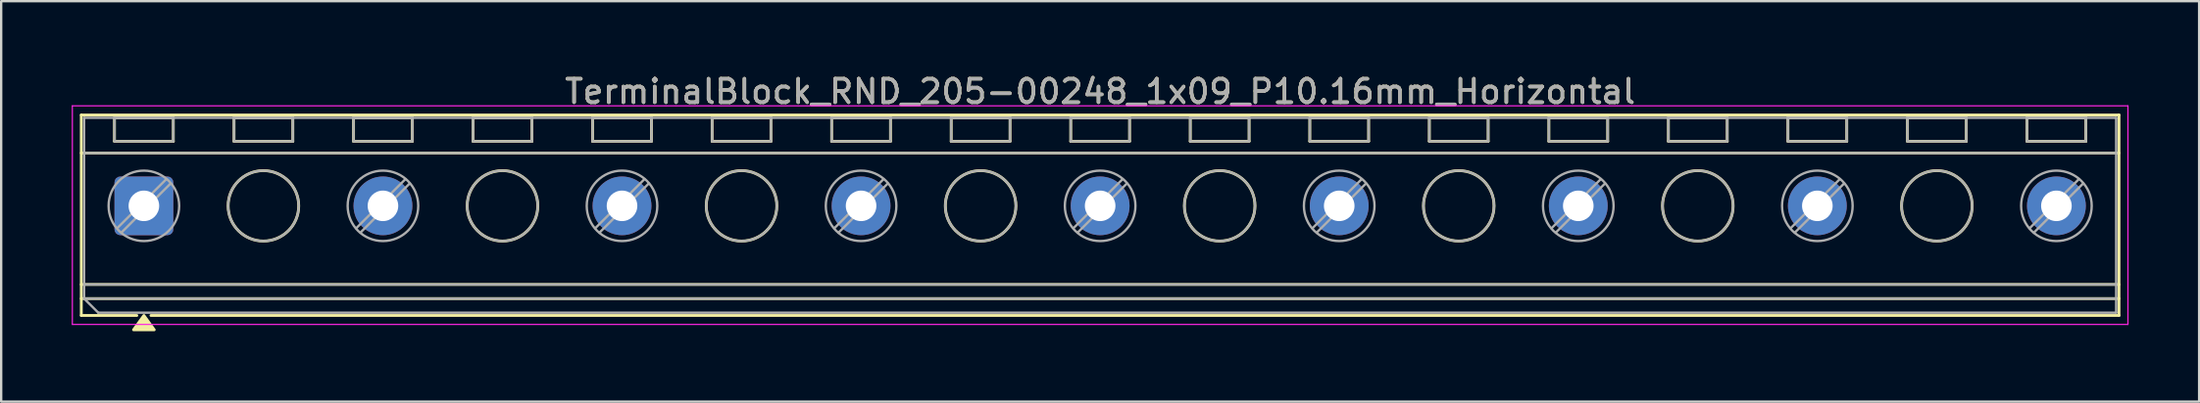
<source format=kicad_pcb>
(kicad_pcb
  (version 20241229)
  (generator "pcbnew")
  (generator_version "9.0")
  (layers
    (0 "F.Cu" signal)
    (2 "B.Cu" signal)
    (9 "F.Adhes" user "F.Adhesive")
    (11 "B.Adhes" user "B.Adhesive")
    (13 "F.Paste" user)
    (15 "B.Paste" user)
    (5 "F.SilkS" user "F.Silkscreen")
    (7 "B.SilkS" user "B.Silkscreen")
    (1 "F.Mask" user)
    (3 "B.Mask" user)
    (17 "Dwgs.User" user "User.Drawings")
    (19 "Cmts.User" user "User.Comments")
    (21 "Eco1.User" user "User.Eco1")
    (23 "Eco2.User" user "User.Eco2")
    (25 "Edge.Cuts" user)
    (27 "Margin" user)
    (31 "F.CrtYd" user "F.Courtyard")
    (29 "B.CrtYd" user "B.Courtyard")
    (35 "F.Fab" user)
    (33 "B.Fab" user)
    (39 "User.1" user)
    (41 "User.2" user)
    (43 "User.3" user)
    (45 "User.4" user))
  (footprint "TerminalBlock_RND_205-00248_1x09_P10.16mm_Horizontal"
    (layer "F.Cu")
    (at 3.065 5.718)
    (property "Reference" "TerminalBlock_RND_205-00248_1x09_P10.16mm_Horizontal" (at 40.64 -4.87 0) (layer "F.SilkS") (effects (font (size 1 1) (thickness 0.15))))
    (attr through_hole)
    (fp_line (start -2.66 -3.87) (end -2.66 4.67) (stroke (width 0.12) (type solid)) (layer "F.SilkS"))
    (fp_line (start -2.66 -3.87) (end 83.94 -3.87) (stroke (width 0.12) (type solid)) (layer "F.SilkS"))
    (fp_line (start -2.66 -2.25) (end 83.94 -2.25) (stroke (width 0.12) (type solid)) (layer "F.SilkS"))
    (fp_line (start -2.66 3.35) (end 83.94 3.35) (stroke (width 0.12) (type solid)) (layer "F.SilkS"))
    (fp_line (start -2.66 3.95) (end 83.94 3.95) (stroke (width 0.12) (type solid)) (layer "F.SilkS"))
    (fp_line (start -2.66 4.67) (end -0.3 4.67) (stroke (width 0.12) (type solid)) (layer "F.SilkS"))
    (fp_line (start -1.25 -3.75) (end -1.25 -2.75) (stroke (width 0.12) (type solid)) (layer "F.SilkS"))
    (fp_line (start -1.25 -3.75) (end 1.25 -3.75) (stroke (width 0.12) (type solid)) (layer "F.SilkS"))
    (fp_line (start -1.25 -2.75) (end 1.25 -2.75) (stroke (width 0.12) (type solid)) (layer "F.SilkS"))
    (fp_line (start 0.3 4.67) (end 83.94 4.67) (stroke (width 0.12) (type solid)) (layer "F.SilkS"))
    (fp_line (start 1.25 -3.75) (end 1.25 -2.75) (stroke (width 0.12) (type solid)) (layer "F.SilkS"))
    (fp_line (start 3.83 -3.75) (end 3.83 -2.75) (stroke (width 0.12) (type solid)) (layer "F.SilkS"))
    (fp_line (start 3.83 -3.75) (end 6.33 -3.75) (stroke (width 0.12) (type solid)) (layer "F.SilkS"))
    (fp_line (start 3.83 -2.75) (end 6.33 -2.75) (stroke (width 0.12) (type solid)) (layer "F.SilkS"))
    (fp_line (start 6.33 -3.75) (end 6.33 -2.75) (stroke (width 0.12) (type solid)) (layer "F.SilkS"))
    (fp_line (start 8.91 -3.75) (end 8.91 -2.75) (stroke (width 0.12) (type solid)) (layer "F.SilkS"))
    (fp_line (start 8.91 -3.75) (end 11.41 -3.75) (stroke (width 0.12) (type solid)) (layer "F.SilkS"))
    (fp_line (start 8.91 -2.75) (end 11.41 -2.75) (stroke (width 0.12) (type solid)) (layer "F.SilkS"))
    (fp_line (start 11.41 -3.75) (end 11.41 -2.75) (stroke (width 0.12) (type solid)) (layer "F.SilkS"))
    (fp_line (start 13.99 -3.75) (end 13.99 -2.75) (stroke (width 0.12) (type solid)) (layer "F.SilkS"))
    (fp_line (start 13.99 -3.75) (end 16.49 -3.75) (stroke (width 0.12) (type solid)) (layer "F.SilkS"))
    (fp_line (start 13.99 -2.75) (end 16.49 -2.75) (stroke (width 0.12) (type solid)) (layer "F.SilkS"))
    (fp_line (start 16.49 -3.75) (end 16.49 -2.75) (stroke (width 0.12) (type solid)) (layer "F.SilkS"))
    (fp_line (start 19.07 -3.75) (end 19.07 -2.75) (stroke (width 0.12) (type solid)) (layer "F.SilkS"))
    (fp_line (start 19.07 -3.75) (end 21.57 -3.75) (stroke (width 0.12) (type solid)) (layer "F.SilkS"))
    (fp_line (start 19.07 -2.75) (end 21.57 -2.75) (stroke (width 0.12) (type solid)) (layer "F.SilkS"))
    (fp_line (start 21.57 -3.75) (end 21.57 -2.75) (stroke (width 0.12) (type solid)) (layer "F.SilkS"))
    (fp_line (start 24.15 -3.75) (end 24.15 -2.75) (stroke (width 0.12) (type solid)) (layer "F.SilkS"))
    (fp_line (start 24.15 -3.75) (end 26.65 -3.75) (stroke (width 0.12) (type solid)) (layer "F.SilkS"))
    (fp_line (start 24.15 -2.75) (end 26.65 -2.75) (stroke (width 0.12) (type solid)) (layer "F.SilkS"))
    (fp_line (start 26.65 -3.75) (end 26.65 -2.75) (stroke (width 0.12) (type solid)) (layer "F.SilkS"))
    (fp_line (start 29.23 -3.75) (end 29.23 -2.75) (stroke (width 0.12) (type solid)) (layer "F.SilkS"))
    (fp_line (start 29.23 -3.75) (end 31.73 -3.75) (stroke (width 0.12) (type solid)) (layer "F.SilkS"))
    (fp_line (start 29.23 -2.75) (end 31.73 -2.75) (stroke (width 0.12) (type solid)) (layer "F.SilkS"))
    (fp_line (start 31.73 -3.75) (end 31.73 -2.75) (stroke (width 0.12) (type solid)) (layer "F.SilkS"))
    (fp_line (start 34.31 -3.75) (end 34.31 -2.75) (stroke (width 0.12) (type solid)) (layer "F.SilkS"))
    (fp_line (start 34.31 -3.75) (end 36.81 -3.75) (stroke (width 0.12) (type solid)) (layer "F.SilkS"))
    (fp_line (start 34.31 -2.75) (end 36.81 -2.75) (stroke (width 0.12) (type solid)) (layer "F.SilkS"))
    (fp_line (start 36.81 -3.75) (end 36.81 -2.75) (stroke (width 0.12) (type solid)) (layer "F.SilkS"))
    (fp_line (start 39.39 -3.75) (end 39.39 -2.75) (stroke (width 0.12) (type solid)) (layer "F.SilkS"))
    (fp_line (start 39.39 -3.75) (end 41.89 -3.75) (stroke (width 0.12) (type solid)) (layer "F.SilkS"))
    (fp_line (start 39.39 -2.75) (end 41.89 -2.75) (stroke (width 0.12) (type solid)) (layer "F.SilkS"))
    (fp_line (start 41.89 -3.75) (end 41.89 -2.75) (stroke (width 0.12) (type solid)) (layer "F.SilkS"))
    (fp_line (start 44.47 -3.75) (end 44.47 -2.75) (stroke (width 0.12) (type solid)) (layer "F.SilkS"))
    (fp_line (start 44.47 -3.75) (end 46.97 -3.75) (stroke (width 0.12) (type solid)) (layer "F.SilkS"))
    (fp_line (start 44.47 -2.75) (end 46.97 -2.75) (stroke (width 0.12) (type solid)) (layer "F.SilkS"))
    (fp_line (start 46.97 -3.75) (end 46.97 -2.75) (stroke (width 0.12) (type solid)) (layer "F.SilkS"))
    (fp_line (start 49.55 -3.75) (end 49.55 -2.75) (stroke (width 0.12) (type solid)) (layer "F.SilkS"))
    (fp_line (start 49.55 -3.75) (end 52.05 -3.75) (stroke (width 0.12) (type solid)) (layer "F.SilkS"))
    (fp_line (start 49.55 -2.75) (end 52.05 -2.75) (stroke (width 0.12) (type solid)) (layer "F.SilkS"))
    (fp_line (start 52.05 -3.75) (end 52.05 -2.75) (stroke (width 0.12) (type solid)) (layer "F.SilkS"))
    (fp_line (start 54.63 -3.75) (end 54.63 -2.75) (stroke (width 0.12) (type solid)) (layer "F.SilkS"))
    (fp_line (start 54.63 -3.75) (end 57.13 -3.75) (stroke (width 0.12) (type solid)) (layer "F.SilkS"))
    (fp_line (start 54.63 -2.75) (end 57.13 -2.75) (stroke (width 0.12) (type solid)) (layer "F.SilkS"))
    (fp_line (start 57.13 -3.75) (end 57.13 -2.75) (stroke (width 0.12) (type solid)) (layer "F.SilkS"))
    (fp_line (start 59.71 -3.75) (end 59.71 -2.75) (stroke (width 0.12) (type solid)) (layer "F.SilkS"))
    (fp_line (start 59.71 -3.75) (end 62.21 -3.75) (stroke (width 0.12) (type solid)) (layer "F.SilkS"))
    (fp_line (start 59.71 -2.75) (end 62.21 -2.75) (stroke (width 0.12) (type solid)) (layer "F.SilkS"))
    (fp_line (start 62.21 -3.75) (end 62.21 -2.75) (stroke (width 0.12) (type solid)) (layer "F.SilkS"))
    (fp_line (start 64.79 -3.75) (end 64.79 -2.75) (stroke (width 0.12) (type solid)) (layer "F.SilkS"))
    (fp_line (start 64.79 -3.75) (end 67.29 -3.75) (stroke (width 0.12) (type solid)) (layer "F.SilkS"))
    (fp_line (start 64.79 -2.75) (end 67.29 -2.75) (stroke (width 0.12) (type solid)) (layer "F.SilkS"))
    (fp_line (start 67.29 -3.75) (end 67.29 -2.75) (stroke (width 0.12) (type solid)) (layer "F.SilkS"))
    (fp_line (start 69.87 -3.75) (end 69.87 -2.75) (stroke (width 0.12) (type solid)) (layer "F.SilkS"))
    (fp_line (start 69.87 -3.75) (end 72.37 -3.75) (stroke (width 0.12) (type solid)) (layer "F.SilkS"))
    (fp_line (start 69.87 -2.75) (end 72.37 -2.75) (stroke (width 0.12) (type solid)) (layer "F.SilkS"))
    (fp_line (start 72.37 -3.75) (end 72.37 -2.75) (stroke (width 0.12) (type solid)) (layer "F.SilkS"))
    (fp_line (start 74.95 -3.75) (end 74.95 -2.75) (stroke (width 0.12) (type solid)) (layer "F.SilkS"))
    (fp_line (start 74.95 -3.75) (end 77.45 -3.75) (stroke (width 0.12) (type solid)) (layer "F.SilkS"))
    (fp_line (start 74.95 -2.75) (end 77.45 -2.75) (stroke (width 0.12) (type solid)) (layer "F.SilkS"))
    (fp_line (start 77.45 -3.75) (end 77.45 -2.75) (stroke (width 0.12) (type solid)) (layer "F.SilkS"))
    (fp_line (start 80.03 -3.75) (end 80.03 -2.75) (stroke (width 0.12) (type solid)) (layer "F.SilkS"))
    (fp_line (start 80.03 -3.75) (end 82.53 -3.75) (stroke (width 0.12) (type solid)) (layer "F.SilkS"))
    (fp_line (start 80.03 -2.75) (end 82.53 -2.75) (stroke (width 0.12) (type solid)) (layer "F.SilkS"))
    (fp_line (start 82.53 -3.75) (end 82.53 -2.75) (stroke (width 0.12) (type solid)) (layer "F.SilkS"))
    (fp_line (start 83.94 -3.87) (end 83.94 4.67) (stroke (width 0.12) (type solid)) (layer "F.SilkS"))
    (fp_circle (center 5.08 0) (end 6.58 0) (stroke (width 0.12) (type solid)) (fill no) (layer "F.SilkS"))
    (fp_circle (center 15.24 0) (end 16.74 0) (stroke (width 0.12) (type solid)) (fill no) (layer "F.SilkS"))
    (fp_circle (center 25.4 0) (end 26.9 0) (stroke (width 0.12) (type solid)) (fill no) (layer "F.SilkS"))
    (fp_circle (center 35.56 0) (end 37.06 0) (stroke (width 0.12) (type solid)) (fill no) (layer "F.SilkS"))
    (fp_circle (center 45.72 0) (end 47.22 0) (stroke (width 0.12) (type solid)) (fill no) (layer "F.SilkS"))
    (fp_circle (center 55.88 0) (end 57.38 0) (stroke (width 0.12) (type solid)) (fill no) (layer "F.SilkS"))
    (fp_circle (center 66.04 0) (end 67.54 0) (stroke (width 0.12) (type solid)) (fill no) (layer "F.SilkS"))
    (fp_circle (center 76.2 0) (end 77.7 0) (stroke (width 0.12) (type solid)) (fill no) (layer "F.SilkS"))
    (fp_poly (pts (xy 0 4.67) (xy 0.44 5.28) (xy -0.44 5.28)) (stroke (width 0.12) (type solid)) (fill yes) (layer "F.SilkS"))
    (fp_line (start -3.04 -4.26) (end -3.04 5.05) (stroke (width 0.05) (type solid)) (layer "F.CrtYd"))
    (fp_line (start -3.04 5.05) (end 84.32 5.05) (stroke (width 0.05) (type solid)) (layer "F.CrtYd"))
    (fp_line (start 84.32 -4.26) (end -3.04 -4.26) (stroke (width 0.05) (type solid)) (layer "F.CrtYd"))
    (fp_line (start 84.32 5.05) (end 84.32 -4.26) (stroke (width 0.05) (type solid)) (layer "F.CrtYd"))
    (fp_line (start -2.54 -3.75) (end 83.82 -3.75) (stroke (width 0.1) (type solid)) (layer "F.Fab"))
    (fp_line (start -2.54 -2.25) (end 83.82 -2.25) (stroke (width 0.1) (type solid)) (layer "F.Fab"))
    (fp_line (start -2.54 3.35) (end 83.82 3.35) (stroke (width 0.1) (type solid)) (layer "F.Fab"))
    (fp_line (start -2.54 3.95) (end -2.54 -3.75) (stroke (width 0.1) (type solid)) (layer "F.Fab"))
    (fp_line (start -2.54 3.95) (end 83.82 3.95) (stroke (width 0.1) (type solid)) (layer "F.Fab"))
    (fp_line (start -1.94 4.55) (end -2.54 3.95) (stroke (width 0.1) (type solid)) (layer "F.Fab"))
    (fp_line (start -1.25 -3.75) (end -1.25 -2.75) (stroke (width 0.1) (type solid)) (layer "F.Fab"))
    (fp_line (start -1.25 -2.75) (end 1.25 -2.75) (stroke (width 0.1) (type solid)) (layer "F.Fab"))
    (fp_line (start 0.955 -1.138) (end -1.138 0.954) (stroke (width 0.1) (type solid)) (layer "F.Fab"))
    (fp_line (start 1.138 -0.954) (end -0.955 1.137) (stroke (width 0.1) (type solid)) (layer "F.Fab"))
    (fp_line (start 1.25 -3.75) (end -1.25 -3.75) (stroke (width 0.1) (type solid)) (layer "F.Fab"))
    (fp_line (start 1.25 -2.75) (end 1.25 -3.75) (stroke (width 0.1) (type solid)) (layer "F.Fab"))
    (fp_line (start 3.83 -3.75) (end 3.83 -2.75) (stroke (width 0.1) (type solid)) (layer "F.Fab"))
    (fp_line (start 3.83 -2.75) (end 6.33 -2.75) (stroke (width 0.1) (type solid)) (layer "F.Fab"))
    (fp_line (start 6.33 -3.75) (end 3.83 -3.75) (stroke (width 0.1) (type solid)) (layer "F.Fab"))
    (fp_line (start 6.33 -2.75) (end 6.33 -3.75) (stroke (width 0.1) (type solid)) (layer "F.Fab"))
    (fp_line (start 8.91 -3.75) (end 8.91 -2.75) (stroke (width 0.1) (type solid)) (layer "F.Fab"))
    (fp_line (start 8.91 -2.75) (end 11.41 -2.75) (stroke (width 0.1) (type solid)) (layer "F.Fab"))
    (fp_line (start 11.115 -1.138) (end 9.022 0.954) (stroke (width 0.1) (type solid)) (layer "F.Fab"))
    (fp_line (start 11.298 -0.954) (end 9.205 1.137) (stroke (width 0.1) (type solid)) (layer "F.Fab"))
    (fp_line (start 11.41 -3.75) (end 8.91 -3.75) (stroke (width 0.1) (type solid)) (layer "F.Fab"))
    (fp_line (start 11.41 -2.75) (end 11.41 -3.75) (stroke (width 0.1) (type solid)) (layer "F.Fab"))
    (fp_line (start 13.99 -3.75) (end 13.99 -2.75) (stroke (width 0.1) (type solid)) (layer "F.Fab"))
    (fp_line (start 13.99 -2.75) (end 16.49 -2.75) (stroke (width 0.1) (type solid)) (layer "F.Fab"))
    (fp_line (start 16.49 -3.75) (end 13.99 -3.75) (stroke (width 0.1) (type solid)) (layer "F.Fab"))
    (fp_line (start 16.49 -2.75) (end 16.49 -3.75) (stroke (width 0.1) (type solid)) (layer "F.Fab"))
    (fp_line (start 19.07 -3.75) (end 19.07 -2.75) (stroke (width 0.1) (type solid)) (layer "F.Fab"))
    (fp_line (start 19.07 -2.75) (end 21.57 -2.75) (stroke (width 0.1) (type solid)) (layer "F.Fab"))
    (fp_line (start 21.275 -1.138) (end 19.182 0.954) (stroke (width 0.1) (type solid)) (layer "F.Fab"))
    (fp_line (start 21.458 -0.954) (end 19.365 1.137) (stroke (width 0.1) (type solid)) (layer "F.Fab"))
    (fp_line (start 21.57 -3.75) (end 19.07 -3.75) (stroke (width 0.1) (type solid)) (layer "F.Fab"))
    (fp_line (start 21.57 -2.75) (end 21.57 -3.75) (stroke (width 0.1) (type solid)) (layer "F.Fab"))
    (fp_line (start 24.15 -3.75) (end 24.15 -2.75) (stroke (width 0.1) (type solid)) (layer "F.Fab"))
    (fp_line (start 24.15 -2.75) (end 26.65 -2.75) (stroke (width 0.1) (type solid)) (layer "F.Fab"))
    (fp_line (start 26.65 -3.75) (end 24.15 -3.75) (stroke (width 0.1) (type solid)) (layer "F.Fab"))
    (fp_line (start 26.65 -2.75) (end 26.65 -3.75) (stroke (width 0.1) (type solid)) (layer "F.Fab"))
    (fp_line (start 29.23 -3.75) (end 29.23 -2.75) (stroke (width 0.1) (type solid)) (layer "F.Fab"))
    (fp_line (start 29.23 -2.75) (end 31.73 -2.75) (stroke (width 0.1) (type solid)) (layer "F.Fab"))
    (fp_line (start 31.435 -1.138) (end 29.342 0.954) (stroke (width 0.1) (type solid)) (layer "F.Fab"))
    (fp_line (start 31.618 -0.954) (end 29.525 1.137) (stroke (width 0.1) (type solid)) (layer "F.Fab"))
    (fp_line (start 31.73 -3.75) (end 29.23 -3.75) (stroke (width 0.1) (type solid)) (layer "F.Fab"))
    (fp_line (start 31.73 -2.75) (end 31.73 -3.75) (stroke (width 0.1) (type solid)) (layer "F.Fab"))
    (fp_line (start 34.31 -3.75) (end 34.31 -2.75) (stroke (width 0.1) (type solid)) (layer "F.Fab"))
    (fp_line (start 34.31 -2.75) (end 36.81 -2.75) (stroke (width 0.1) (type solid)) (layer "F.Fab"))
    (fp_line (start 36.81 -3.75) (end 34.31 -3.75) (stroke (width 0.1) (type solid)) (layer "F.Fab"))
    (fp_line (start 36.81 -2.75) (end 36.81 -3.75) (stroke (width 0.1) (type solid)) (layer "F.Fab"))
    (fp_line (start 39.39 -3.75) (end 39.39 -2.75) (stroke (width 0.1) (type solid)) (layer "F.Fab"))
    (fp_line (start 39.39 -2.75) (end 41.89 -2.75) (stroke (width 0.1) (type solid)) (layer "F.Fab"))
    (fp_line (start 41.595 -1.138) (end 39.502 0.954) (stroke (width 0.1) (type solid)) (layer "F.Fab"))
    (fp_line (start 41.778 -0.954) (end 39.685 1.137) (stroke (width 0.1) (type solid)) (layer "F.Fab"))
    (fp_line (start 41.89 -3.75) (end 39.39 -3.75) (stroke (width 0.1) (type solid)) (layer "F.Fab"))
    (fp_line (start 41.89 -2.75) (end 41.89 -3.75) (stroke (width 0.1) (type solid)) (layer "F.Fab"))
    (fp_line (start 44.47 -3.75) (end 44.47 -2.75) (stroke (width 0.1) (type solid)) (layer "F.Fab"))
    (fp_line (start 44.47 -2.75) (end 46.97 -2.75) (stroke (width 0.1) (type solid)) (layer "F.Fab"))
    (fp_line (start 46.97 -3.75) (end 44.47 -3.75) (stroke (width 0.1) (type solid)) (layer "F.Fab"))
    (fp_line (start 46.97 -2.75) (end 46.97 -3.75) (stroke (width 0.1) (type solid)) (layer "F.Fab"))
    (fp_line (start 49.55 -3.75) (end 49.55 -2.75) (stroke (width 0.1) (type solid)) (layer "F.Fab"))
    (fp_line (start 49.55 -2.75) (end 52.05 -2.75) (stroke (width 0.1) (type solid)) (layer "F.Fab"))
    (fp_line (start 51.755 -1.138) (end 49.662 0.954) (stroke (width 0.1) (type solid)) (layer "F.Fab"))
    (fp_line (start 51.938 -0.954) (end 49.845 1.137) (stroke (width 0.1) (type solid)) (layer "F.Fab"))
    (fp_line (start 52.05 -3.75) (end 49.55 -3.75) (stroke (width 0.1) (type solid)) (layer "F.Fab"))
    (fp_line (start 52.05 -2.75) (end 52.05 -3.75) (stroke (width 0.1) (type solid)) (layer "F.Fab"))
    (fp_line (start 54.63 -3.75) (end 54.63 -2.75) (stroke (width 0.1) (type solid)) (layer "F.Fab"))
    (fp_line (start 54.63 -2.75) (end 57.13 -2.75) (stroke (width 0.1) (type solid)) (layer "F.Fab"))
    (fp_line (start 57.13 -3.75) (end 54.63 -3.75) (stroke (width 0.1) (type solid)) (layer "F.Fab"))
    (fp_line (start 57.13 -2.75) (end 57.13 -3.75) (stroke (width 0.1) (type solid)) (layer "F.Fab"))
    (fp_line (start 59.71 -3.75) (end 59.71 -2.75) (stroke (width 0.1) (type solid)) (layer "F.Fab"))
    (fp_line (start 59.71 -2.75) (end 62.21 -2.75) (stroke (width 0.1) (type solid)) (layer "F.Fab"))
    (fp_line (start 61.915 -1.138) (end 59.822 0.954) (stroke (width 0.1) (type solid)) (layer "F.Fab"))
    (fp_line (start 62.098 -0.954) (end 60.005 1.137) (stroke (width 0.1) (type solid)) (layer "F.Fab"))
    (fp_line (start 62.21 -3.75) (end 59.71 -3.75) (stroke (width 0.1) (type solid)) (layer "F.Fab"))
    (fp_line (start 62.21 -2.75) (end 62.21 -3.75) (stroke (width 0.1) (type solid)) (layer "F.Fab"))
    (fp_line (start 64.79 -3.75) (end 64.79 -2.75) (stroke (width 0.1) (type solid)) (layer "F.Fab"))
    (fp_line (start 64.79 -2.75) (end 67.29 -2.75) (stroke (width 0.1) (type solid)) (layer "F.Fab"))
    (fp_line (start 67.29 -3.75) (end 64.79 -3.75) (stroke (width 0.1) (type solid)) (layer "F.Fab"))
    (fp_line (start 67.29 -2.75) (end 67.29 -3.75) (stroke (width 0.1) (type solid)) (layer "F.Fab"))
    (fp_line (start 69.87 -3.75) (end 69.87 -2.75) (stroke (width 0.1) (type solid)) (layer "F.Fab"))
    (fp_line (start 69.87 -2.75) (end 72.37 -2.75) (stroke (width 0.1) (type solid)) (layer "F.Fab"))
    (fp_line (start 72.075 -1.138) (end 69.982 0.954) (stroke (width 0.1) (type solid)) (layer "F.Fab"))
    (fp_line (start 72.258 -0.954) (end 70.165 1.137) (stroke (width 0.1) (type solid)) (layer "F.Fab"))
    (fp_line (start 72.37 -3.75) (end 69.87 -3.75) (stroke (width 0.1) (type solid)) (layer "F.Fab"))
    (fp_line (start 72.37 -2.75) (end 72.37 -3.75) (stroke (width 0.1) (type solid)) (layer "F.Fab"))
    (fp_line (start 74.95 -3.75) (end 74.95 -2.75) (stroke (width 0.1) (type solid)) (layer "F.Fab"))
    (fp_line (start 74.95 -2.75) (end 77.45 -2.75) (stroke (width 0.1) (type solid)) (layer "F.Fab"))
    (fp_line (start 77.45 -3.75) (end 74.95 -3.75) (stroke (width 0.1) (type solid)) (layer "F.Fab"))
    (fp_line (start 77.45 -2.75) (end 77.45 -3.75) (stroke (width 0.1) (type solid)) (layer "F.Fab"))
    (fp_line (start 80.03 -3.75) (end 80.03 -2.75) (stroke (width 0.1) (type solid)) (layer "F.Fab"))
    (fp_line (start 80.03 -2.75) (end 82.53 -2.75) (stroke (width 0.1) (type solid)) (layer "F.Fab"))
    (fp_line (start 82.235 -1.138) (end 80.142 0.954) (stroke (width 0.1) (type solid)) (layer "F.Fab"))
    (fp_line (start 82.418 -0.954) (end 80.325 1.137) (stroke (width 0.1) (type solid)) (layer "F.Fab"))
    (fp_line (start 82.53 -3.75) (end 80.03 -3.75) (stroke (width 0.1) (type solid)) (layer "F.Fab"))
    (fp_line (start 82.53 -2.75) (end 82.53 -3.75) (stroke (width 0.1) (type solid)) (layer "F.Fab"))
    (fp_line (start 83.82 -3.75) (end 83.82 4.55) (stroke (width 0.1) (type solid)) (layer "F.Fab"))
    (fp_line (start 83.82 4.55) (end -1.94 4.55) (stroke (width 0.1) (type solid)) (layer "F.Fab"))
    (fp_circle (center 0 0) (end 1.5 0) (stroke (width 0.1) (type solid)) (fill no) (layer "F.Fab"))
    (fp_circle (center 5.08 0) (end 6.58 0) (stroke (width 0.1) (type solid)) (fill no) (layer "F.Fab"))
    (fp_circle (center 10.16 0) (end 11.66 0) (stroke (width 0.1) (type solid)) (fill no) (layer "F.Fab"))
    (fp_circle (center 15.24 0) (end 16.74 0) (stroke (width 0.1) (type solid)) (fill no) (layer "F.Fab"))
    (fp_circle (center 20.32 0) (end 21.82 0) (stroke (width 0.1) (type solid)) (fill no) (layer "F.Fab"))
    (fp_circle (center 25.4 0) (end 26.9 0) (stroke (width 0.1) (type solid)) (fill no) (layer "F.Fab"))
    (fp_circle (center 30.48 0) (end 31.98 0) (stroke (width 0.1) (type solid)) (fill no) (layer "F.Fab"))
    (fp_circle (center 35.56 0) (end 37.06 0) (stroke (width 0.1) (type solid)) (fill no) (layer "F.Fab"))
    (fp_circle (center 40.64 0) (end 42.14 0) (stroke (width 0.1) (type solid)) (fill no) (layer "F.Fab"))
    (fp_circle (center 45.72 0) (end 47.22 0) (stroke (width 0.1) (type solid)) (fill no) (layer "F.Fab"))
    (fp_circle (center 50.8 0) (end 52.3 0) (stroke (width 0.1) (type solid)) (fill no) (layer "F.Fab"))
    (fp_circle (center 55.88 0) (end 57.38 0) (stroke (width 0.1) (type solid)) (fill no) (layer "F.Fab"))
    (fp_circle (center 60.96 0) (end 62.46 0) (stroke (width 0.1) (type solid)) (fill no) (layer "F.Fab"))
    (fp_circle (center 66.04 0) (end 67.54 0) (stroke (width 0.1) (type solid)) (fill no) (layer "F.Fab"))
    (fp_circle (center 71.12 0) (end 72.62 0) (stroke (width 0.1) (type solid)) (fill no) (layer "F.Fab"))
    (fp_circle (center 76.2 0) (end 77.7 0) (stroke (width 0.1) (type solid)) (fill no) (layer "F.Fab"))
    (fp_circle (center 81.28 0) (end 82.78 0) (stroke (width 0.1) (type solid)) (fill no) (layer "F.Fab"))
    (fp_text user "${REFERENCE}" (at 40.64 -4.87 0) (layer "F.Fab") (effects (font (size 1 1) (thickness 0.15))))
    (pad "1" thru_hole roundrect (at 0 0) (size 2.5 2.5) (drill 1.3) (layers "*.Cu" "*.Mask") (roundrect_rratio 0.1))
    (pad "2" thru_hole circle (at 10.16 0) (size 2.5 2.5) (drill 1.3) (layers "*.Cu" "*.Mask"))
    (pad "3" thru_hole circle (at 20.32 0) (size 2.5 2.5) (drill 1.3) (layers "*.Cu" "*.Mask"))
    (pad "4" thru_hole circle (at 30.48 0) (size 2.5 2.5) (drill 1.3) (layers "*.Cu" "*.Mask"))
    (pad "5" thru_hole circle (at 40.64 0) (size 2.5 2.5) (drill 1.3) (layers "*.Cu" "*.Mask"))
    (pad "6" thru_hole circle (at 50.8 0) (size 2.5 2.5) (drill 1.3) (layers "*.Cu" "*.Mask"))
    (pad "7" thru_hole circle (at 60.96 0) (size 2.5 2.5) (drill 1.3) (layers "*.Cu" "*.Mask"))
    (pad "8" thru_hole circle (at 71.12 0) (size 2.5 2.5) (drill 1.3) (layers "*.Cu" "*.Mask"))
    (pad "9" thru_hole circle (at 81.28 0) (size 2.5 2.5) (drill 1.3) (layers "*.Cu" "*.Mask")))
  (gr_rect
    (start -3 -3)
    (end 90.41 14.058)
    (stroke (width 0.1) (type default))
    (fill no)
    (layer "Edge.Cuts")))
</source>
